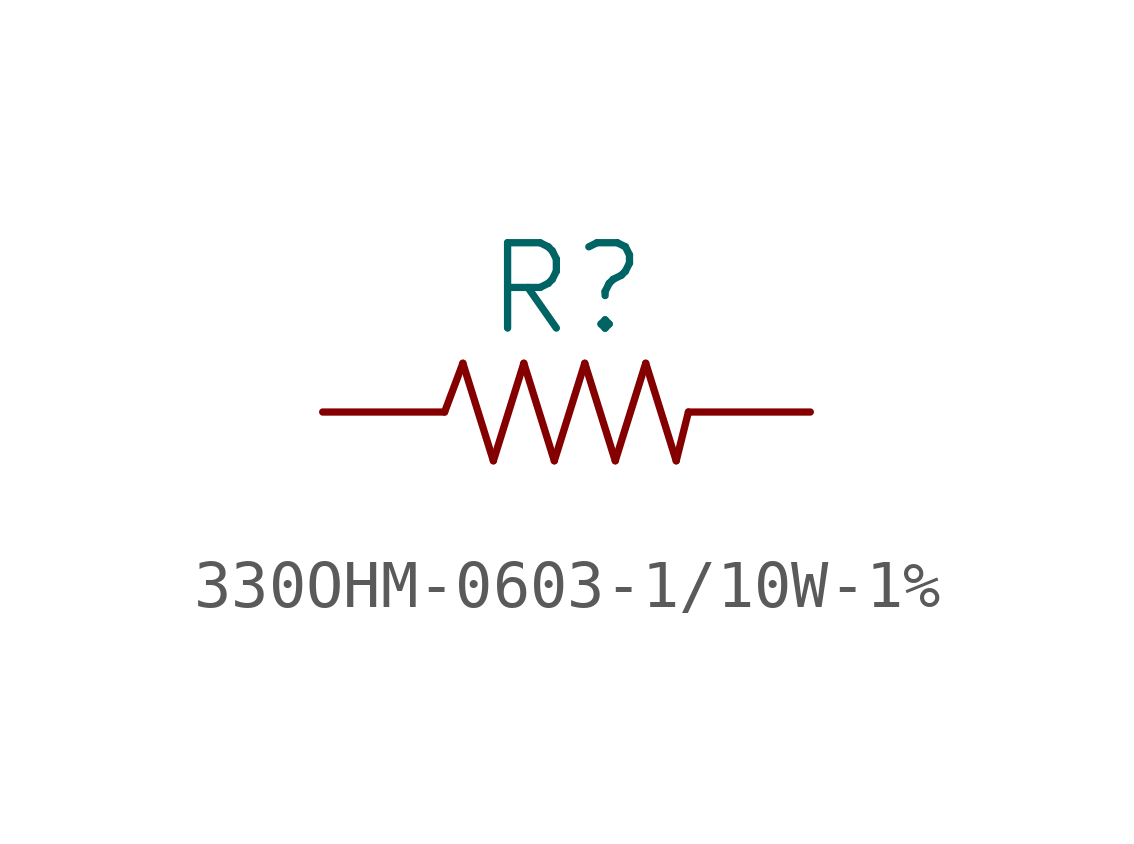
<source format=kicad_sym>
(kicad_symbol_lib
  (version 20231120)
  (generator "kicad_symbol_editor")
  (generator_version "8.0")
  (symbol "330OHM-0603-1/10W-1%"
    (property "Reference" "R"
      (at 0 1.524 0)
      (effects (font (size 1.778 1.778)) (justify bottom)))
    (property "Value" ""
      (at 0 -1.524 0)
      (effects (font (size 1.778 1.778)) (justify top)))
    (property "ki_locked" ""
      (at 0 0 0)
      (effects (font (size 1.27 1.27))))
    (symbol "330OHM-0603-1/10W-1%_1_0"
      (polyline (pts (xy -2.54 0) (xy -2.159 1.016)) (stroke (width 0.152) (type solid)) (fill (type none)))
      (polyline (pts (xy -2.159 1.016) (xy -1.524 -1.016)) (stroke (width 0.152) (type solid)) (fill (type none)))
      (polyline (pts (xy -1.524 -1.016) (xy -0.889 1.016)) (stroke (width 0.152) (type solid)) (fill (type none)))
      (polyline (pts (xy -0.889 1.016) (xy -0.254 -1.016)) (stroke (width 0.152) (type solid)) (fill (type none)))
      (polyline (pts (xy -0.254 -1.016) (xy 0.381 1.016)) (stroke (width 0.152) (type solid)) (fill (type none)))
      (polyline (pts (xy 0.381 1.016) (xy 1.016 -1.016)) (stroke (width 0.152) (type solid)) (fill (type none)))
      (polyline (pts (xy 1.016 -1.016) (xy 1.651 1.016)) (stroke (width 0.152) (type solid)) (fill (type none)))
      (polyline (pts (xy 1.651 1.016) (xy 2.286 -1.016)) (stroke (width 0.152) (type solid)) (fill (type none)))
      (polyline (pts (xy 2.286 -1.016) (xy 2.54 0)) (stroke (width 0.152) (type solid)) (fill (type none)))
      (pin passive line (at -5.08 0 0) (length 2.54) (name "1" (effects (font (size 0 0)))) (number "1" (effects (font (size 0 0)))))
      (pin passive line (at 5.08 0 180) (length 2.54) (name "2" (effects (font (size 0 0)))) (number "2" (effects (font (size 0 0))))))))
</source>
